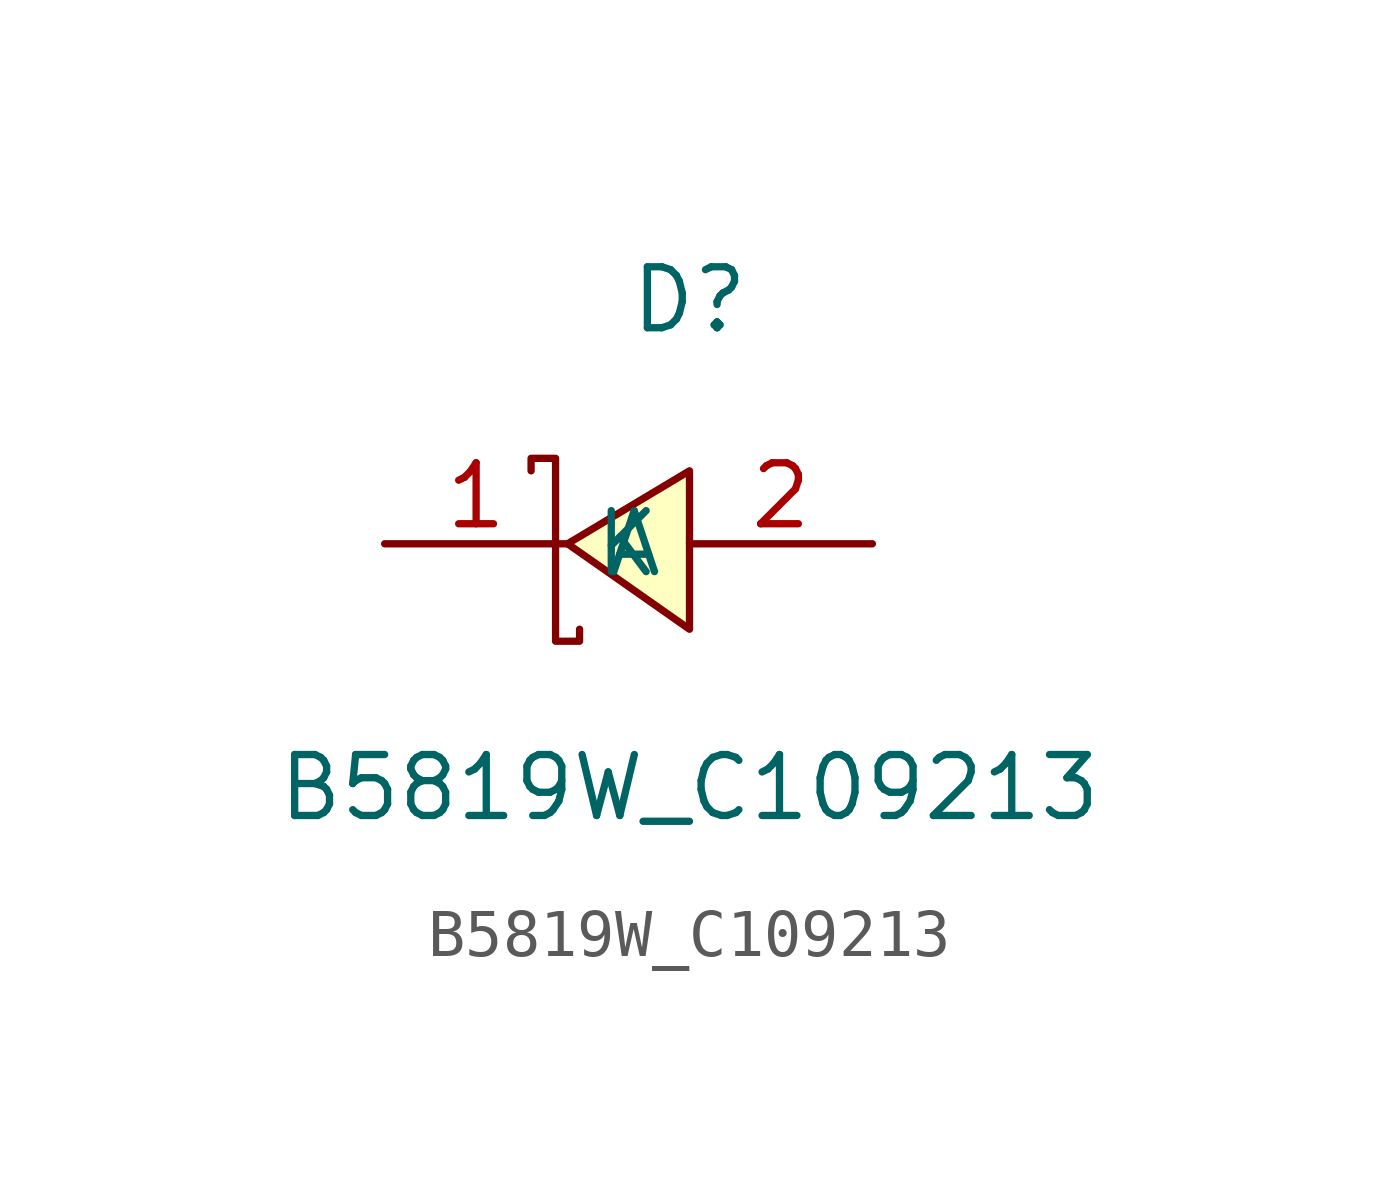
<source format=kicad_sym>
(kicad_symbol_lib
  (version 20211014)
  (generator https://github.com/uPesy/easyeda2kicad.py)
  (symbol "B5819W_C109213"
    (property "Reference" "D"
      (at 0 6.35 0)
      (effects (font (size 1.27 1.27))))
    (property "Value" "B5819W_C109213"
      (at 0 -3.81 0)
      (effects (font (size 1.27 1.27))))
    (symbol "B5819W_C109213_0_1"
      (polyline (pts (xy 0.00 2.79) (xy -2.54 1.27) (xy 0.00 -0.51) (xy 0.00 2.79)) (stroke (width 0) (type default) (color 0 0 0 0)) (fill (type background)))
      (polyline (pts (xy -3.30 2.79) (xy -3.30 3.05) (xy -2.79 3.05) (xy -2.79 -0.76) (xy -2.29 -0.76) (xy -2.29 -0.51)) (stroke (width 0) (type default) (color 0 0 0 0)) (fill (type none)))
      (pin unspecified line (at 3.81 1.27 180) (length 3.81) (name "A" (effects (font (size 1.27 1.27)))) (number "2" (effects (font (size 1.27 1.27)))))
      (pin unspecified line (at -6.35 1.27 0) (length 3.81) (name "K" (effects (font (size 1.27 1.27)))) (number "1" (effects (font (size 1.27 1.27))))))))
</source>
